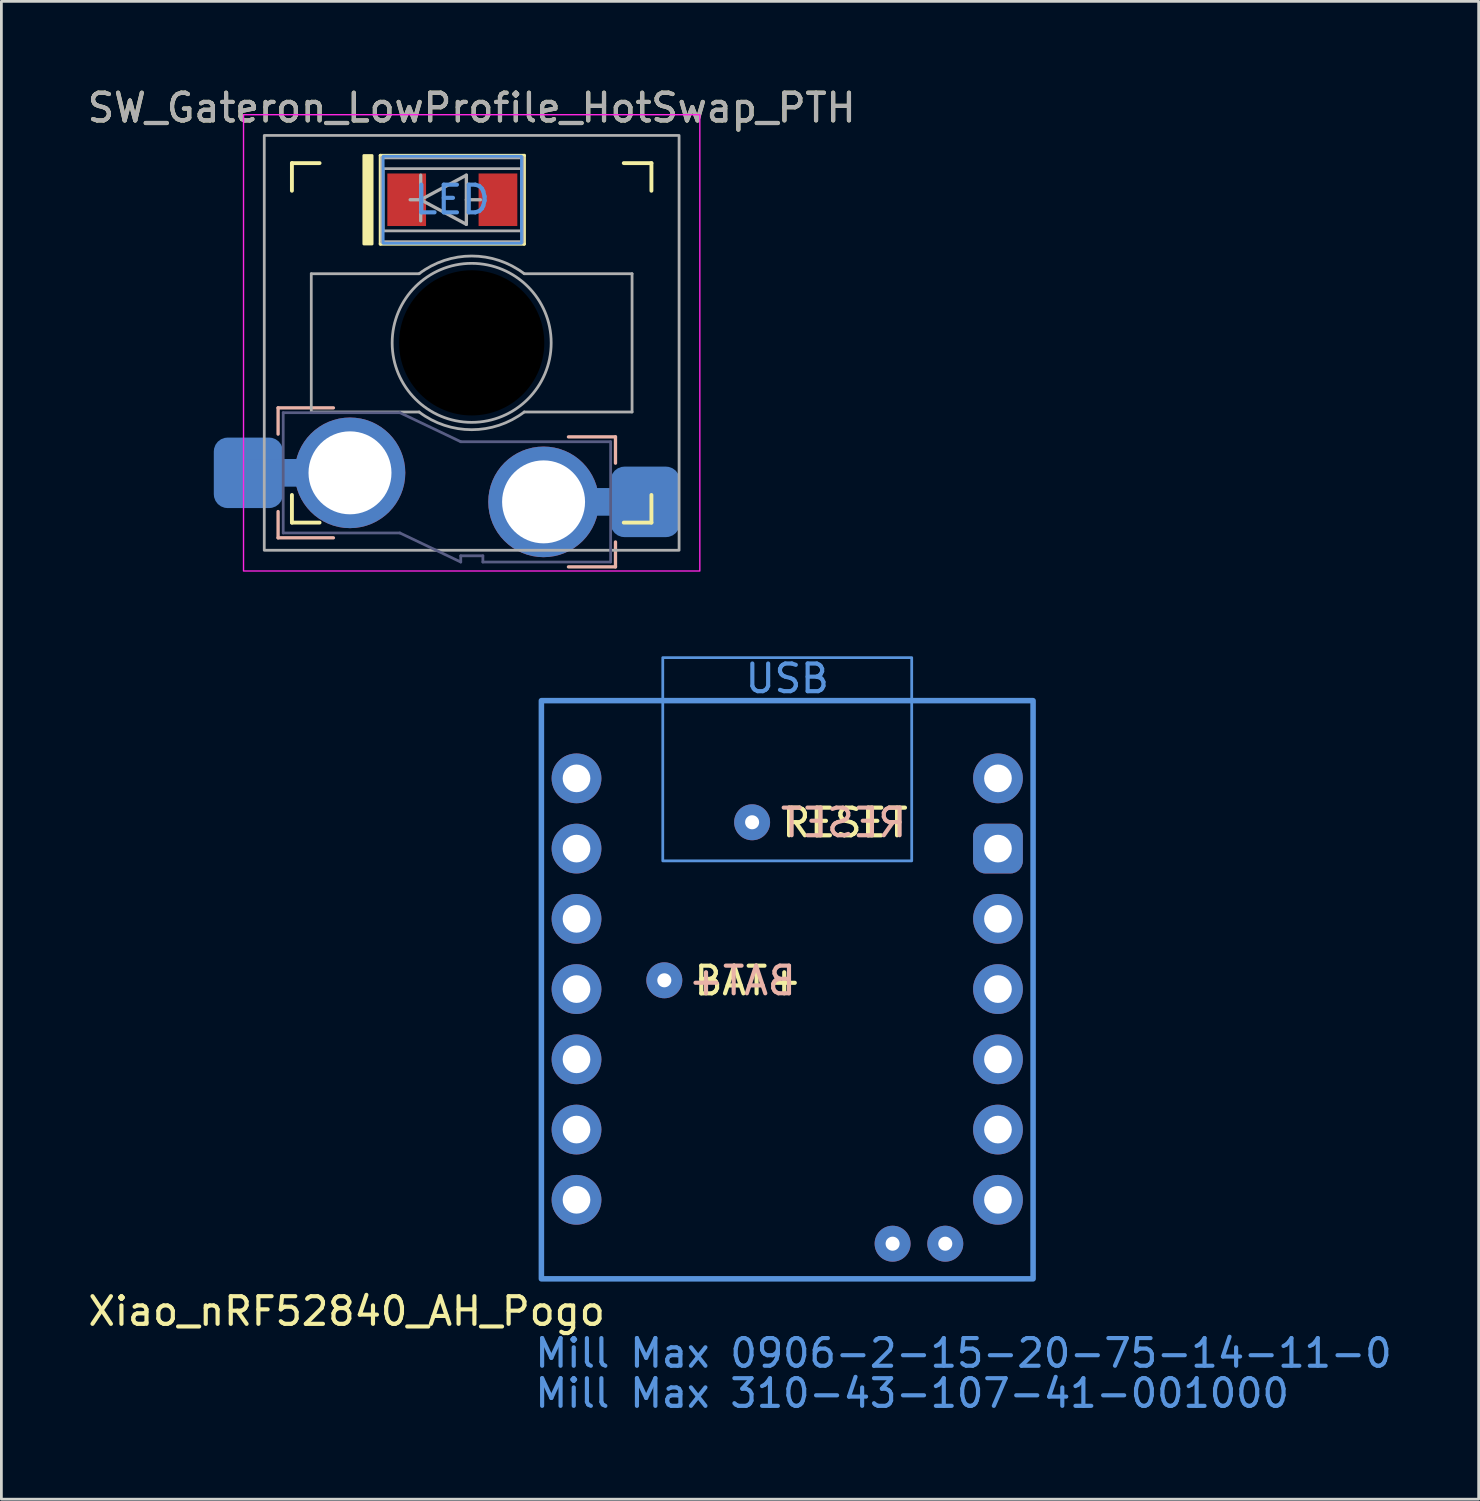
<source format=kicad_pcb>
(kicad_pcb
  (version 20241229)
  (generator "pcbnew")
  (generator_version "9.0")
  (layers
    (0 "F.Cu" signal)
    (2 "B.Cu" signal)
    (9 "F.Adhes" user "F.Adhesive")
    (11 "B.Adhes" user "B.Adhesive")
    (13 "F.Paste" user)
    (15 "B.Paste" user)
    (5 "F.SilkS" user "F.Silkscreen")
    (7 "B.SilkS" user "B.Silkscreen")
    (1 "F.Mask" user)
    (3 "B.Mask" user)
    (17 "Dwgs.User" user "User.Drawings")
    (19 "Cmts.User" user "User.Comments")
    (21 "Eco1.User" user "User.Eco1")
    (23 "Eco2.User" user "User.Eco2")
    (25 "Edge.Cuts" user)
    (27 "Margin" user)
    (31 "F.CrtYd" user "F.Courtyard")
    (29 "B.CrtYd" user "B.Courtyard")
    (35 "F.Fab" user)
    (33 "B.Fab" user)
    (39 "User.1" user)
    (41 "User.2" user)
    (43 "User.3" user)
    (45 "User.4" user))
  (footprint "Xiao_nRF52840_AH_Pogo"
    (layer "F.Cu")
    (at 25.417 32.716)
    (property "Reference" "Xiao_nRF52840_AH_Pogo" (at -6.5 11.65 0) (layer "F.SilkS") (effects (font (size 1 1) (thickness 0.15)) (justify right)))
    (attr through_hole exclude_from_pos_files exclude_from_bom)
    (fp_rect (start -8.89 -10.43) (end 8.89 10.477) (stroke (width 0.2) (type solid)) (fill no) (layer "Cmts.User"))
    (fp_rect (start -4.501 -11.986) (end 4.501 -4.636) (stroke (width 0.1) (type default)) (fill no) (layer "Cmts.User"))
    (fp_text user "BAT+" (at -3.445 0.284 0) (unlocked yes) (layer "F.SilkS") (effects (font (size 1 1) (thickness 0.15)) (justify left bottom)))
    (fp_text user "RESET" (at -0.27 -5.431 0) (unlocked yes) (layer "F.SilkS") (effects (font (size 1 1) (thickness 0.15)) (justify left bottom)))
    (fp_text user "RESET" (at 4.4 -5.433 0) (unlocked yes) (layer "B.SilkS") (effects (font (size 1 1) (thickness 0.15)) (justify left bottom mirror)))
    (fp_text user "BAT+" (at 0.4 0.282 0) (unlocked yes) (layer "B.SilkS") (effects (font (size 1 1) (thickness 0.15)) (justify left bottom mirror)))
    (fp_text user "USB" (at -0.000001 -10.643 0) (layer "Cmts.User") (effects (font (size 1 1) (thickness 0.15)) (justify bottom)))
    (fp_text user "Mill Max 0906-2-15-20-75-14-11-0" (at -9.2 13.75 0) (unlocked yes) (layer "Cmts.User") (effects (font (size 1 1) (thickness 0.15)) (justify left bottom)))
    (fp_text user "Mill Max 310-43-107-41-001000" (at -9.2 15.2 0) (unlocked yes) (layer "Cmts.User") (effects (font (size 1 1) (thickness 0.15)) (justify left bottom)))
    (pad "1" thru_hole circle (at -7.62 -7.62) (size 1.8 1.8) (drill 1) (layers "*.Cu" "B.Mask"))
    (pad "2" thru_hole circle (at -7.62 -5.08) (size 1.8 1.8) (drill 1) (layers "*.Cu" "B.Mask"))
    (pad "3" thru_hole circle (at -7.62 -2.54) (size 1.8 1.8) (drill 1) (layers "*.Cu" "B.Mask"))
    (pad "4" thru_hole circle (at -7.62 0) (size 1.8 1.8) (drill 1) (layers "*.Cu" "B.Mask"))
    (pad "5" thru_hole circle (at -7.62 2.54) (size 1.8 1.8) (drill 1) (layers "*.Cu" "B.Mask"))
    (pad "6" thru_hole circle (at -7.62 5.08) (size 1.8 1.8) (drill 1) (layers "*.Cu" "B.Mask"))
    (pad "7" thru_hole circle (at -7.62 7.62) (size 1.8 1.8) (drill 1) (layers "*.Cu" "B.Mask"))
    (pad "8" thru_hole circle (at 7.62 -7.62 180) (size 1.8 1.8) (drill 1) (layers "*.Cu" "B.Mask"))
    (pad "9" thru_hole roundrect (at 7.62 -5.08 180) (size 1.8 1.8) (drill 1) (layers "*.Cu" "B.Mask") (roundrect_rratio 0.25))
    (pad "10" thru_hole circle (at 7.62 -2.54 180) (size 1.8 1.8) (drill 1) (layers "*.Cu" "B.Mask"))
    (pad "11" thru_hole circle (at 7.62 0 180) (size 1.8 1.8) (drill 1) (layers "*.Cu" "B.Mask"))
    (pad "12" thru_hole circle (at 7.62 2.54 180) (size 1.8 1.8) (drill 1) (layers "*.Cu" "B.Mask"))
    (pad "13" thru_hole circle (at 7.62 5.08) (size 1.8 1.8) (drill 1) (layers "*.Cu" "B.Mask"))
    (pad "14" thru_hole circle (at 7.62 7.62) (size 1.8 1.8) (drill 1) (layers "*.Cu" "B.Mask"))
    (pad "16" thru_hole circle (at -4.445 -0.318 90) (size 1.3 1.3) (drill 0.508) (layers "*.Cu" "*.Mask"))
    (pad "17" thru_hole circle (at 3.81 9.207 90) (size 1.3 1.3) (drill 0.508) (layers "*.Cu" "*.Mask"))
    (pad "18" thru_hole circle (at 5.715 9.207 90) (size 1.3 1.3) (drill 0.508) (layers "*.Cu" "*.Mask"))
    (pad "21" thru_hole circle (at -1.27 -6.032 90) (size 1.3 1.3) (drill 0.508) (layers "*.Cu" "*.Mask")))
  (footprint "SW_Gateron_LowProfile_HotSwap_PTH"
    (layer "F.Cu")
    (at 14.006 9.348)
    (property "Reference" "SW_Gateron_LowProfile_HotSwap_PTH" (at 0 -8.5 0) (unlocked yes) (layer "F.SilkS") (effects (font (size 1 1) (thickness 0.15))))
    (attr through_hole)
    (fp_line (start -6.5 -5.5) (end -6.5 -6.5) (stroke (width 0.14) (type solid)) (layer "F.SilkS"))
    (fp_line (start -6.5 6.5) (end -6.5 5.5) (stroke (width 0.14) (type solid)) (layer "F.SilkS"))
    (fp_line (start -6.5 6.5) (end -5.5 6.5) (stroke (width 0.14) (type solid)) (layer "F.SilkS"))
    (fp_line (start -5.5 -6.5) (end -6.5 -6.5) (stroke (width 0.14) (type solid)) (layer "F.SilkS"))
    (fp_line (start -3.3 -6.775) (end 1.9 -6.775) (stroke (width 0.12) (type solid)) (layer "F.SilkS"))
    (fp_line (start -3.3 -3.575) (end -3.3 -6.775) (stroke (width 0.12) (type solid)) (layer "F.SilkS"))
    (fp_line (start 1.9 -6.775) (end 1.9 -3.575) (stroke (width 0.12) (type solid)) (layer "F.SilkS"))
    (fp_line (start 1.9 -3.575) (end -3.3 -3.575) (stroke (width 0.12) (type solid)) (layer "F.SilkS"))
    (fp_line (start 5.5 6.5) (end 6.5 6.5) (stroke (width 0.14) (type solid)) (layer "F.SilkS"))
    (fp_line (start 6.5 -6.5) (end 5.5 -6.5) (stroke (width 0.14) (type solid)) (layer "F.SilkS"))
    (fp_line (start 6.5 -6.5) (end 6.5 -5.5) (stroke (width 0.14) (type solid)) (layer "F.SilkS"))
    (fp_line (start 6.5 5.5) (end 6.5 6.5) (stroke (width 0.14) (type solid)) (layer "F.SilkS"))
    (fp_poly (pts (xy -3.6 -3.575) (xy -3.9 -3.575) (xy -3.9 -6.775) (xy -3.6 -6.775)) (stroke (width 0.1) (type solid)) (fill yes) (layer "F.SilkS"))
    (fp_line (start -7 2.35) (end -7 3.3) (stroke (width 0.12) (type solid)) (layer "B.SilkS"))
    (fp_line (start -7 2.35) (end -5 2.35) (stroke (width 0.12) (type solid)) (layer "B.SilkS"))
    (fp_line (start -7 7.05) (end -7 6.1) (stroke (width 0.12) (type solid)) (layer "B.SilkS"))
    (fp_line (start -7 7.05) (end -5 7.05) (stroke (width 0.12) (type solid)) (layer "B.SilkS"))
    (fp_line (start 5.2 3.4) (end 3.5 3.4) (stroke (width 0.12) (type solid)) (layer "B.SilkS"))
    (fp_line (start 5.2 3.4) (end 5.2 4.35) (stroke (width 0.12) (type solid)) (layer "B.SilkS"))
    (fp_line (start 5.2 8.1) (end 3.5 8.1) (stroke (width 0.12) (type solid)) (layer "B.SilkS"))
    (fp_line (start 5.2 8.1) (end 5.2 7.2) (stroke (width 0.12) (type solid)) (layer "B.SilkS"))
    (fp_rect (start 1.8 -6.75) (end -3.2 -3.6) (stroke (width 0.1) (type default)) (fill no) (layer "Cmts.User"))
    (fp_rect (start 8.25 -8.25) (end -8.25 8.25) (stroke (width 0.05) (type solid)) (fill no) (layer "F.CrtYd"))
    (fp_line (start -6.815 2.525) (end -6.815 6.875) (stroke (width 0.1) (type solid)) (layer "B.Fab"))
    (fp_line (start -6.815 2.525) (end -2.595 2.525) (stroke (width 0.1) (type solid)) (layer "B.Fab"))
    (fp_line (start -6.815 6.875) (end -2.595 6.875) (stroke (width 0.1) (type solid)) (layer "B.Fab"))
    (fp_line (start -2.595 2.525) (end -0.395 3.575) (stroke (width 0.1) (type solid)) (layer "B.Fab"))
    (fp_line (start -2.595 6.875) (end -0.395 7.925) (stroke (width 0.1) (type solid)) (layer "B.Fab"))
    (fp_line (start -0.395 7.7) (end -0.395 7.925) (stroke (width 0.1) (type solid)) (layer "B.Fab"))
    (fp_line (start 0.405 7.7) (end -0.395 7.7) (stroke (width 0.1) (type solid)) (layer "B.Fab"))
    (fp_line (start 0.405 7.925) (end 0.405 7.7) (stroke (width 0.1) (type solid)) (layer "B.Fab"))
    (fp_line (start 5.025 3.575) (end -0.395 3.575) (stroke (width 0.1) (type solid)) (layer "B.Fab"))
    (fp_line (start 5.025 3.575) (end 5.025 7.925) (stroke (width 0.1) (type solid)) (layer "B.Fab"))
    (fp_line (start 5.025 7.925) (end 0.405 7.925) (stroke (width 0.1) (type solid)) (layer "B.Fab"))
    (fp_line (start -5.8 -2.5) (end -1.9 -2.5) (stroke (width 0.1) (type default)) (layer "F.Fab"))
    (fp_line (start -5.8 2.5) (end -5.8 -2.5) (stroke (width 0.1) (type default)) (layer "F.Fab"))
    (fp_line (start -3.24 -6.699) (end -3.24 -3.651) (stroke (width 0.12) (type solid)) (layer "F.Fab"))
    (fp_line (start -3.24 -3.651) (end 1.84 -3.651) (stroke (width 0.12) (type solid)) (layer "F.Fab"))
    (fp_line (start -1.9 2.5) (end -5.8 2.5) (stroke (width 0.1) (type default)) (layer "F.Fab"))
    (fp_line (start -1.843 -6.064) (end -1.843 -4.413) (stroke (width 0.12) (type solid)) (layer "F.Fab"))
    (fp_line (start -1.843 -5.175) (end -2.224 -5.175) (stroke (width 0.12) (type solid)) (layer "F.Fab"))
    (fp_line (start -1.843 -5.175) (end -0.192 -6.064) (stroke (width 0.12) (type solid)) (layer "F.Fab"))
    (fp_line (start -0.192 -6.064) (end -0.192 -4.286) (stroke (width 0.12) (type solid)) (layer "F.Fab"))
    (fp_line (start -0.192 -5.175) (end 0.316 -5.175) (stroke (width 0.12) (type solid)) (layer "F.Fab"))
    (fp_line (start -0.192 -4.286) (end -1.843 -5.175) (stroke (width 0.12) (type solid)) (layer "F.Fab"))
    (fp_line (start 1.84 -6.699) (end -3.24 -6.699) (stroke (width 0.12) (type solid)) (layer "F.Fab"))
    (fp_line (start 1.84 -3.651) (end 1.84 -6.699) (stroke (width 0.12) (type solid)) (layer "F.Fab"))
    (fp_line (start 1.9 -2.5) (end 5.8 -2.5) (stroke (width 0.1) (type default)) (layer "F.Fab"))
    (fp_line (start 5.8 -2.5) (end 5.8 2.5) (stroke (width 0.1) (type default)) (layer "F.Fab"))
    (fp_line (start 5.8 2.5) (end 1.9 2.5) (stroke (width 0.1) (type default)) (layer "F.Fab"))
    (fp_rect (start -3.2 -6.3) (end 1.8 -4.05) (stroke (width 0.1) (type default)) (fill no) (layer "F.Fab"))
    (fp_rect (start 7.5 -7.5) (end -7.5 7.5) (stroke (width 0.1) (type solid)) (fill no) (layer "F.Fab"))
    (fp_arc (start -1.9 -2.499999) (mid 0 -3.140063) (end 1.9 -2.499999) (stroke (width 0.1) (type default)) (layer "F.Fab"))
    (fp_arc (start 1.9 2.499999) (mid 0 3.140063) (end -1.9 2.499999) (stroke (width 0.1) (type default)) (layer "F.Fab"))
    (fp_circle (center 0 0) (end 2.875 0) (stroke (width 0.1) (type default)) (fill no) (layer "F.Fab"))
    (fp_poly (pts (xy -2.05 -0.64) (xy -0.6 -0.64) (xy -0.6 -2) (xy 0.5 -2) (xy 0.5 -0.64) (xy 1.95 -0.64) (xy 1.95 0.64) (xy 0.5 0.64) (xy 0.5 2) (xy -0.6 2) (xy -0.6 0.64) (xy -2.05 0.64)) (stroke (width 0.1) (type solid)) (fill no) (layer "F.Fab"))
    (fp_text user "LED" (at -0.7 -5.175 0) (unlocked yes) (layer "Cmts.User") (effects (font (size 1 1) (thickness 0.15))))
    (fp_text user "${REFERENCE}" (at 0 -8.5 0) (unlocked yes) (layer "F.Fab") (effects (font (size 1 1) (thickness 0.15))))
    (pad "" np_thru_hole circle (at 0 0) (size 5.25 5.25) (drill 5.25) (layers "*.Mask"))
    (pad "1" thru_hole circle (at 2.6 5.75) (size 4 4) (drill 3) (layers "*.Cu" "B.Mask"))
    (pad "1" smd rect (at 4.475 5.75) (size 3.75 1) (layers "B.Cu"))
    (pad "1" smd roundrect (at 6.275 5.75) (size 2.5 2.55) (layers "B.Cu" "B.Mask" "B.Paste") (roundrect_rratio 0.2))
    (pad "2" smd roundrect (at -8.075 4.7) (size 2.5 2.55) (layers "B.Cu" "B.Mask" "B.Paste") (roundrect_rratio 0.2))
    (pad "2" smd rect (at -6.35 4.7) (size 3.9 1) (layers "B.Cu"))
    (pad "2" thru_hole circle (at -4.4 4.7) (size 4 4) (drill 3) (layers "*.Cu" "B.Mask"))
    (pad "3" smd rect (at -2.35 -5.175) (size 1.4 1.9) (layers "F.Cu" "F.Mask" "F.Paste"))
    (pad "4" smd rect (at 0.95 -5.175) (size 1.4 1.9) (layers "F.Cu" "F.Mask" "F.Paste")))
  (gr_rect
    (start -3 -3)
    (end 50.419 51.162)
    (stroke (width 0.1) (type default))
    (fill no)
    (layer "Edge.Cuts")))
</source>
